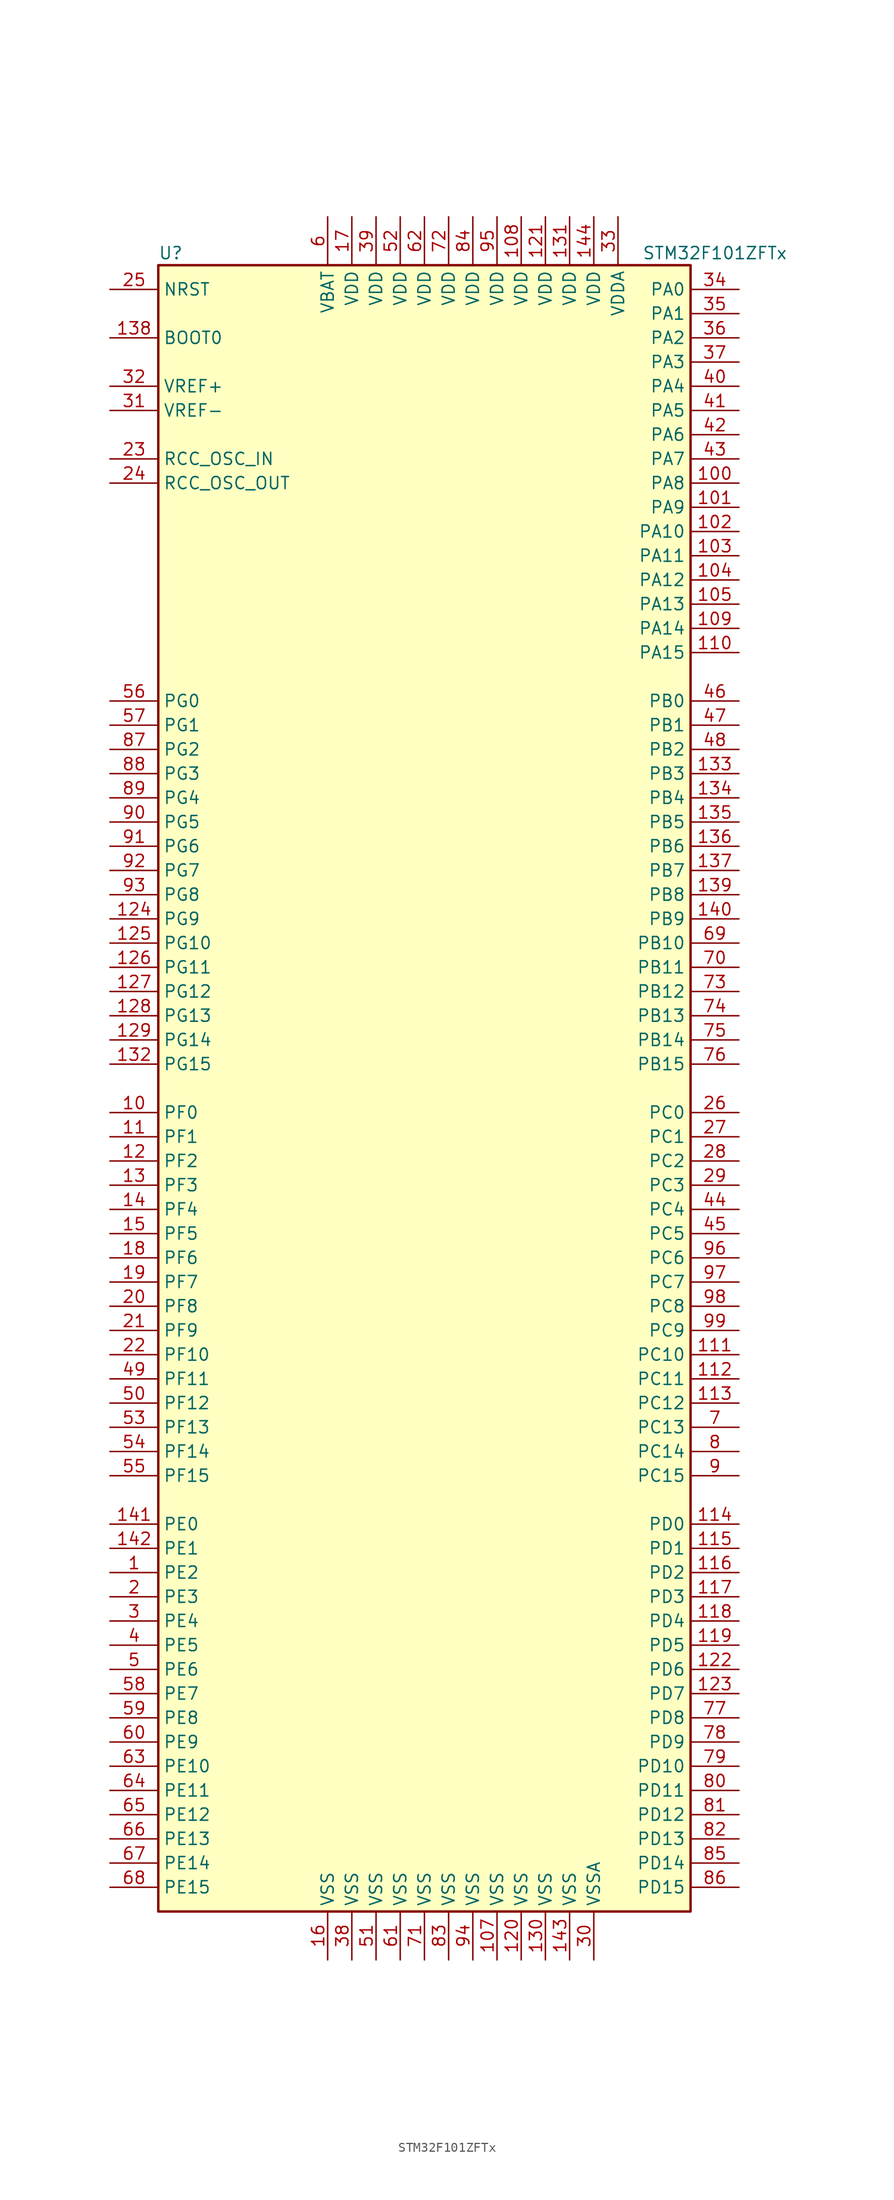
<source format=kicad_sym>
(kicad_symbol_lib
  (version 20211014)
  (generator kicad_symbol_editor)
  (symbol "STM32F101ZFTx"
    (property "Reference" "U"
      (at -27.94 87.63 0)
      (effects (font (size 1.27 1.27)) (justify left)))
    (property "Value" "STM32F101ZFTx"
      (at 22.86 87.63 0)
      (effects (font (size 1.27 1.27)) (justify left)))
    (symbol "STM32F101ZFTx_0_1"
      (rectangle (start -27.94 -86.36) (end 27.94 86.36) (stroke (width 0.254) (type default) (color 0 0 0 0)) (fill (type background))))
    (symbol "STM32F101ZFTx_1_1"
      (pin bidirectional line (at -33.02 -50.8 0) (length 5.08) (name "PE2" (effects (font (size 1.27 1.27)))) (number "1" (effects (font (size 1.27 1.27)))))
      (pin bidirectional line (at -33.02 -2.54 0) (length 5.08) (name "PF0" (effects (font (size 1.27 1.27)))) (number "10" (effects (font (size 1.27 1.27)))))
      (pin bidirectional line (at 33.02 63.5 180) (length 5.08) (name "PA8" (effects (font (size 1.27 1.27)))) (number "100" (effects (font (size 1.27 1.27)))))
      (pin bidirectional line (at 33.02 60.96 180) (length 5.08) (name "PA9" (effects (font (size 1.27 1.27)))) (number "101" (effects (font (size 1.27 1.27)))))
      (pin bidirectional line (at 33.02 58.42 180) (length 5.08) (name "PA10" (effects (font (size 1.27 1.27)))) (number "102" (effects (font (size 1.27 1.27)))))
      (pin bidirectional line (at 33.02 55.88 180) (length 5.08) (name "PA11" (effects (font (size 1.27 1.27)))) (number "103" (effects (font (size 1.27 1.27)))))
      (pin bidirectional line (at 33.02 53.34 180) (length 5.08) (name "PA12" (effects (font (size 1.27 1.27)))) (number "104" (effects (font (size 1.27 1.27)))))
      (pin bidirectional line (at 33.02 50.8 180) (length 5.08) (name "PA13" (effects (font (size 1.27 1.27)))) (number "105" (effects (font (size 1.27 1.27)))))
      (pin no_connect line (at -27.94 -83.82 0) (length 5.08) hide (name "NC" (effects (font (size 1.27 1.27)))) (number "106" (effects (font (size 1.27 1.27)))))
      (pin power_in line (at 7.62 -91.44 90) (length 5.08) (name "VSS" (effects (font (size 1.27 1.27)))) (number "107" (effects (font (size 1.27 1.27)))))
      (pin power_in line (at 10.16 91.44 270) (length 5.08) (name "VDD" (effects (font (size 1.27 1.27)))) (number "108" (effects (font (size 1.27 1.27)))))
      (pin bidirectional line (at 33.02 48.26 180) (length 5.08) (name "PA14" (effects (font (size 1.27 1.27)))) (number "109" (effects (font (size 1.27 1.27)))))
      (pin bidirectional line (at -33.02 -5.08 0) (length 5.08) (name "PF1" (effects (font (size 1.27 1.27)))) (number "11" (effects (font (size 1.27 1.27)))))
      (pin bidirectional line (at 33.02 45.72 180) (length 5.08) (name "PA15" (effects (font (size 1.27 1.27)))) (number "110" (effects (font (size 1.27 1.27)))))
      (pin bidirectional line (at 33.02 -27.94 180) (length 5.08) (name "PC10" (effects (font (size 1.27 1.27)))) (number "111" (effects (font (size 1.27 1.27)))))
      (pin bidirectional line (at 33.02 -30.48 180) (length 5.08) (name "PC11" (effects (font (size 1.27 1.27)))) (number "112" (effects (font (size 1.27 1.27)))))
      (pin bidirectional line (at 33.02 -33.02 180) (length 5.08) (name "PC12" (effects (font (size 1.27 1.27)))) (number "113" (effects (font (size 1.27 1.27)))))
      (pin bidirectional line (at 33.02 -45.72 180) (length 5.08) (name "PD0" (effects (font (size 1.27 1.27)))) (number "114" (effects (font (size 1.27 1.27)))))
      (pin bidirectional line (at 33.02 -48.26 180) (length 5.08) (name "PD1" (effects (font (size 1.27 1.27)))) (number "115" (effects (font (size 1.27 1.27)))))
      (pin bidirectional line (at 33.02 -50.8 180) (length 5.08) (name "PD2" (effects (font (size 1.27 1.27)))) (number "116" (effects (font (size 1.27 1.27)))))
      (pin bidirectional line (at 33.02 -53.34 180) (length 5.08) (name "PD3" (effects (font (size 1.27 1.27)))) (number "117" (effects (font (size 1.27 1.27)))))
      (pin bidirectional line (at 33.02 -55.88 180) (length 5.08) (name "PD4" (effects (font (size 1.27 1.27)))) (number "118" (effects (font (size 1.27 1.27)))))
      (pin bidirectional line (at 33.02 -58.42 180) (length 5.08) (name "PD5" (effects (font (size 1.27 1.27)))) (number "119" (effects (font (size 1.27 1.27)))))
      (pin bidirectional line (at -33.02 -7.62 0) (length 5.08) (name "PF2" (effects (font (size 1.27 1.27)))) (number "12" (effects (font (size 1.27 1.27)))))
      (pin power_in line (at 10.16 -91.44 90) (length 5.08) (name "VSS" (effects (font (size 1.27 1.27)))) (number "120" (effects (font (size 1.27 1.27)))))
      (pin power_in line (at 12.7 91.44 270) (length 5.08) (name "VDD" (effects (font (size 1.27 1.27)))) (number "121" (effects (font (size 1.27 1.27)))))
      (pin bidirectional line (at 33.02 -60.96 180) (length 5.08) (name "PD6" (effects (font (size 1.27 1.27)))) (number "122" (effects (font (size 1.27 1.27)))))
      (pin bidirectional line (at 33.02 -63.5 180) (length 5.08) (name "PD7" (effects (font (size 1.27 1.27)))) (number "123" (effects (font (size 1.27 1.27)))))
      (pin bidirectional line (at -33.02 17.78 0) (length 5.08) (name "PG9" (effects (font (size 1.27 1.27)))) (number "124" (effects (font (size 1.27 1.27)))))
      (pin bidirectional line (at -33.02 15.24 0) (length 5.08) (name "PG10" (effects (font (size 1.27 1.27)))) (number "125" (effects (font (size 1.27 1.27)))))
      (pin bidirectional line (at -33.02 12.7 0) (length 5.08) (name "PG11" (effects (font (size 1.27 1.27)))) (number "126" (effects (font (size 1.27 1.27)))))
      (pin bidirectional line (at -33.02 10.16 0) (length 5.08) (name "PG12" (effects (font (size 1.27 1.27)))) (number "127" (effects (font (size 1.27 1.27)))))
      (pin bidirectional line (at -33.02 7.62 0) (length 5.08) (name "PG13" (effects (font (size 1.27 1.27)))) (number "128" (effects (font (size 1.27 1.27)))))
      (pin bidirectional line (at -33.02 5.08 0) (length 5.08) (name "PG14" (effects (font (size 1.27 1.27)))) (number "129" (effects (font (size 1.27 1.27)))))
      (pin bidirectional line (at -33.02 -10.16 0) (length 5.08) (name "PF3" (effects (font (size 1.27 1.27)))) (number "13" (effects (font (size 1.27 1.27)))))
      (pin power_in line (at 12.7 -91.44 90) (length 5.08) (name "VSS" (effects (font (size 1.27 1.27)))) (number "130" (effects (font (size 1.27 1.27)))))
      (pin power_in line (at 15.24 91.44 270) (length 5.08) (name "VDD" (effects (font (size 1.27 1.27)))) (number "131" (effects (font (size 1.27 1.27)))))
      (pin bidirectional line (at -33.02 2.54 0) (length 5.08) (name "PG15" (effects (font (size 1.27 1.27)))) (number "132" (effects (font (size 1.27 1.27)))))
      (pin bidirectional line (at 33.02 33.02 180) (length 5.08) (name "PB3" (effects (font (size 1.27 1.27)))) (number "133" (effects (font (size 1.27 1.27)))))
      (pin bidirectional line (at 33.02 30.48 180) (length 5.08) (name "PB4" (effects (font (size 1.27 1.27)))) (number "134" (effects (font (size 1.27 1.27)))))
      (pin bidirectional line (at 33.02 27.94 180) (length 5.08) (name "PB5" (effects (font (size 1.27 1.27)))) (number "135" (effects (font (size 1.27 1.27)))))
      (pin bidirectional line (at 33.02 25.4 180) (length 5.08) (name "PB6" (effects (font (size 1.27 1.27)))) (number "136" (effects (font (size 1.27 1.27)))))
      (pin bidirectional line (at 33.02 22.86 180) (length 5.08) (name "PB7" (effects (font (size 1.27 1.27)))) (number "137" (effects (font (size 1.27 1.27)))))
      (pin input line (at -33.02 78.74 0) (length 5.08) (name "BOOT0" (effects (font (size 1.27 1.27)))) (number "138" (effects (font (size 1.27 1.27)))))
      (pin bidirectional line (at 33.02 20.32 180) (length 5.08) (name "PB8" (effects (font (size 1.27 1.27)))) (number "139" (effects (font (size 1.27 1.27)))))
      (pin bidirectional line (at -33.02 -12.7 0) (length 5.08) (name "PF4" (effects (font (size 1.27 1.27)))) (number "14" (effects (font (size 1.27 1.27)))))
      (pin bidirectional line (at 33.02 17.78 180) (length 5.08) (name "PB9" (effects (font (size 1.27 1.27)))) (number "140" (effects (font (size 1.27 1.27)))))
      (pin bidirectional line (at -33.02 -45.72 0) (length 5.08) (name "PE0" (effects (font (size 1.27 1.27)))) (number "141" (effects (font (size 1.27 1.27)))))
      (pin bidirectional line (at -33.02 -48.26 0) (length 5.08) (name "PE1" (effects (font (size 1.27 1.27)))) (number "142" (effects (font (size 1.27 1.27)))))
      (pin power_in line (at 15.24 -91.44 90) (length 5.08) (name "VSS" (effects (font (size 1.27 1.27)))) (number "143" (effects (font (size 1.27 1.27)))))
      (pin power_in line (at 17.78 91.44 270) (length 5.08) (name "VDD" (effects (font (size 1.27 1.27)))) (number "144" (effects (font (size 1.27 1.27)))))
      (pin bidirectional line (at -33.02 -15.24 0) (length 5.08) (name "PF5" (effects (font (size 1.27 1.27)))) (number "15" (effects (font (size 1.27 1.27)))))
      (pin power_in line (at -10.16 -91.44 90) (length 5.08) (name "VSS" (effects (font (size 1.27 1.27)))) (number "16" (effects (font (size 1.27 1.27)))))
      (pin power_in line (at -7.62 91.44 270) (length 5.08) (name "VDD" (effects (font (size 1.27 1.27)))) (number "17" (effects (font (size 1.27 1.27)))))
      (pin bidirectional line (at -33.02 -17.78 0) (length 5.08) (name "PF6" (effects (font (size 1.27 1.27)))) (number "18" (effects (font (size 1.27 1.27)))))
      (pin bidirectional line (at -33.02 -20.32 0) (length 5.08) (name "PF7" (effects (font (size 1.27 1.27)))) (number "19" (effects (font (size 1.27 1.27)))))
      (pin bidirectional line (at -33.02 -53.34 0) (length 5.08) (name "PE3" (effects (font (size 1.27 1.27)))) (number "2" (effects (font (size 1.27 1.27)))))
      (pin bidirectional line (at -33.02 -22.86 0) (length 5.08) (name "PF8" (effects (font (size 1.27 1.27)))) (number "20" (effects (font (size 1.27 1.27)))))
      (pin bidirectional line (at -33.02 -25.4 0) (length 5.08) (name "PF9" (effects (font (size 1.27 1.27)))) (number "21" (effects (font (size 1.27 1.27)))))
      (pin bidirectional line (at -33.02 -27.94 0) (length 5.08) (name "PF10" (effects (font (size 1.27 1.27)))) (number "22" (effects (font (size 1.27 1.27)))))
      (pin input line (at -33.02 66.04 0) (length 5.08) (name "RCC_OSC_IN" (effects (font (size 1.27 1.27)))) (number "23" (effects (font (size 1.27 1.27)))))
      (pin input line (at -33.02 63.5 0) (length 5.08) (name "RCC_OSC_OUT" (effects (font (size 1.27 1.27)))) (number "24" (effects (font (size 1.27 1.27)))))
      (pin input line (at -33.02 83.82 0) (length 5.08) (name "NRST" (effects (font (size 1.27 1.27)))) (number "25" (effects (font (size 1.27 1.27)))))
      (pin bidirectional line (at 33.02 -2.54 180) (length 5.08) (name "PC0" (effects (font (size 1.27 1.27)))) (number "26" (effects (font (size 1.27 1.27)))))
      (pin bidirectional line (at 33.02 -5.08 180) (length 5.08) (name "PC1" (effects (font (size 1.27 1.27)))) (number "27" (effects (font (size 1.27 1.27)))))
      (pin bidirectional line (at 33.02 -7.62 180) (length 5.08) (name "PC2" (effects (font (size 1.27 1.27)))) (number "28" (effects (font (size 1.27 1.27)))))
      (pin bidirectional line (at 33.02 -10.16 180) (length 5.08) (name "PC3" (effects (font (size 1.27 1.27)))) (number "29" (effects (font (size 1.27 1.27)))))
      (pin bidirectional line (at -33.02 -55.88 0) (length 5.08) (name "PE4" (effects (font (size 1.27 1.27)))) (number "3" (effects (font (size 1.27 1.27)))))
      (pin power_in line (at 17.78 -91.44 90) (length 5.08) (name "VSSA" (effects (font (size 1.27 1.27)))) (number "30" (effects (font (size 1.27 1.27)))))
      (pin power_in line (at -33.02 71.12 0) (length 5.08) (name "VREF-" (effects (font (size 1.27 1.27)))) (number "31" (effects (font (size 1.27 1.27)))))
      (pin power_in line (at -33.02 73.66 0) (length 5.08) (name "VREF+" (effects (font (size 1.27 1.27)))) (number "32" (effects (font (size 1.27 1.27)))))
      (pin power_in line (at 20.32 91.44 270) (length 5.08) (name "VDDA" (effects (font (size 1.27 1.27)))) (number "33" (effects (font (size 1.27 1.27)))))
      (pin bidirectional line (at 33.02 83.82 180) (length 5.08) (name "PA0" (effects (font (size 1.27 1.27)))) (number "34" (effects (font (size 1.27 1.27)))))
      (pin bidirectional line (at 33.02 81.28 180) (length 5.08) (name "PA1" (effects (font (size 1.27 1.27)))) (number "35" (effects (font (size 1.27 1.27)))))
      (pin bidirectional line (at 33.02 78.74 180) (length 5.08) (name "PA2" (effects (font (size 1.27 1.27)))) (number "36" (effects (font (size 1.27 1.27)))))
      (pin bidirectional line (at 33.02 76.2 180) (length 5.08) (name "PA3" (effects (font (size 1.27 1.27)))) (number "37" (effects (font (size 1.27 1.27)))))
      (pin power_in line (at -7.62 -91.44 90) (length 5.08) (name "VSS" (effects (font (size 1.27 1.27)))) (number "38" (effects (font (size 1.27 1.27)))))
      (pin power_in line (at -5.08 91.44 270) (length 5.08) (name "VDD" (effects (font (size 1.27 1.27)))) (number "39" (effects (font (size 1.27 1.27)))))
      (pin bidirectional line (at -33.02 -58.42 0) (length 5.08) (name "PE5" (effects (font (size 1.27 1.27)))) (number "4" (effects (font (size 1.27 1.27)))))
      (pin bidirectional line (at 33.02 73.66 180) (length 5.08) (name "PA4" (effects (font (size 1.27 1.27)))) (number "40" (effects (font (size 1.27 1.27)))))
      (pin bidirectional line (at 33.02 71.12 180) (length 5.08) (name "PA5" (effects (font (size 1.27 1.27)))) (number "41" (effects (font (size 1.27 1.27)))))
      (pin bidirectional line (at 33.02 68.58 180) (length 5.08) (name "PA6" (effects (font (size 1.27 1.27)))) (number "42" (effects (font (size 1.27 1.27)))))
      (pin bidirectional line (at 33.02 66.04 180) (length 5.08) (name "PA7" (effects (font (size 1.27 1.27)))) (number "43" (effects (font (size 1.27 1.27)))))
      (pin bidirectional line (at 33.02 -12.7 180) (length 5.08) (name "PC4" (effects (font (size 1.27 1.27)))) (number "44" (effects (font (size 1.27 1.27)))))
      (pin bidirectional line (at 33.02 -15.24 180) (length 5.08) (name "PC5" (effects (font (size 1.27 1.27)))) (number "45" (effects (font (size 1.27 1.27)))))
      (pin bidirectional line (at 33.02 40.64 180) (length 5.08) (name "PB0" (effects (font (size 1.27 1.27)))) (number "46" (effects (font (size 1.27 1.27)))))
      (pin bidirectional line (at 33.02 38.1 180) (length 5.08) (name "PB1" (effects (font (size 1.27 1.27)))) (number "47" (effects (font (size 1.27 1.27)))))
      (pin bidirectional line (at 33.02 35.56 180) (length 5.08) (name "PB2" (effects (font (size 1.27 1.27)))) (number "48" (effects (font (size 1.27 1.27)))))
      (pin bidirectional line (at -33.02 -30.48 0) (length 5.08) (name "PF11" (effects (font (size 1.27 1.27)))) (number "49" (effects (font (size 1.27 1.27)))))
      (pin bidirectional line (at -33.02 -60.96 0) (length 5.08) (name "PE6" (effects (font (size 1.27 1.27)))) (number "5" (effects (font (size 1.27 1.27)))))
      (pin bidirectional line (at -33.02 -33.02 0) (length 5.08) (name "PF12" (effects (font (size 1.27 1.27)))) (number "50" (effects (font (size 1.27 1.27)))))
      (pin power_in line (at -5.08 -91.44 90) (length 5.08) (name "VSS" (effects (font (size 1.27 1.27)))) (number "51" (effects (font (size 1.27 1.27)))))
      (pin power_in line (at -2.54 91.44 270) (length 5.08) (name "VDD" (effects (font (size 1.27 1.27)))) (number "52" (effects (font (size 1.27 1.27)))))
      (pin bidirectional line (at -33.02 -35.56 0) (length 5.08) (name "PF13" (effects (font (size 1.27 1.27)))) (number "53" (effects (font (size 1.27 1.27)))))
      (pin bidirectional line (at -33.02 -38.1 0) (length 5.08) (name "PF14" (effects (font (size 1.27 1.27)))) (number "54" (effects (font (size 1.27 1.27)))))
      (pin bidirectional line (at -33.02 -40.64 0) (length 5.08) (name "PF15" (effects (font (size 1.27 1.27)))) (number "55" (effects (font (size 1.27 1.27)))))
      (pin bidirectional line (at -33.02 40.64 0) (length 5.08) (name "PG0" (effects (font (size 1.27 1.27)))) (number "56" (effects (font (size 1.27 1.27)))))
      (pin bidirectional line (at -33.02 38.1 0) (length 5.08) (name "PG1" (effects (font (size 1.27 1.27)))) (number "57" (effects (font (size 1.27 1.27)))))
      (pin bidirectional line (at -33.02 -63.5 0) (length 5.08) (name "PE7" (effects (font (size 1.27 1.27)))) (number "58" (effects (font (size 1.27 1.27)))))
      (pin bidirectional line (at -33.02 -66.04 0) (length 5.08) (name "PE8" (effects (font (size 1.27 1.27)))) (number "59" (effects (font (size 1.27 1.27)))))
      (pin power_in line (at -10.16 91.44 270) (length 5.08) (name "VBAT" (effects (font (size 1.27 1.27)))) (number "6" (effects (font (size 1.27 1.27)))))
      (pin bidirectional line (at -33.02 -68.58 0) (length 5.08) (name "PE9" (effects (font (size 1.27 1.27)))) (number "60" (effects (font (size 1.27 1.27)))))
      (pin power_in line (at -2.54 -91.44 90) (length 5.08) (name "VSS" (effects (font (size 1.27 1.27)))) (number "61" (effects (font (size 1.27 1.27)))))
      (pin power_in line (at 0 91.44 270) (length 5.08) (name "VDD" (effects (font (size 1.27 1.27)))) (number "62" (effects (font (size 1.27 1.27)))))
      (pin bidirectional line (at -33.02 -71.12 0) (length 5.08) (name "PE10" (effects (font (size 1.27 1.27)))) (number "63" (effects (font (size 1.27 1.27)))))
      (pin bidirectional line (at -33.02 -73.66 0) (length 5.08) (name "PE11" (effects (font (size 1.27 1.27)))) (number "64" (effects (font (size 1.27 1.27)))))
      (pin bidirectional line (at -33.02 -76.2 0) (length 5.08) (name "PE12" (effects (font (size 1.27 1.27)))) (number "65" (effects (font (size 1.27 1.27)))))
      (pin bidirectional line (at -33.02 -78.74 0) (length 5.08) (name "PE13" (effects (font (size 1.27 1.27)))) (number "66" (effects (font (size 1.27 1.27)))))
      (pin bidirectional line (at -33.02 -81.28 0) (length 5.08) (name "PE14" (effects (font (size 1.27 1.27)))) (number "67" (effects (font (size 1.27 1.27)))))
      (pin bidirectional line (at -33.02 -83.82 0) (length 5.08) (name "PE15" (effects (font (size 1.27 1.27)))) (number "68" (effects (font (size 1.27 1.27)))))
      (pin bidirectional line (at 33.02 15.24 180) (length 5.08) (name "PB10" (effects (font (size 1.27 1.27)))) (number "69" (effects (font (size 1.27 1.27)))))
      (pin bidirectional line (at 33.02 -35.56 180) (length 5.08) (name "PC13" (effects (font (size 1.27 1.27)))) (number "7" (effects (font (size 1.27 1.27)))))
      (pin bidirectional line (at 33.02 12.7 180) (length 5.08) (name "PB11" (effects (font (size 1.27 1.27)))) (number "70" (effects (font (size 1.27 1.27)))))
      (pin power_in line (at 0 -91.44 90) (length 5.08) (name "VSS" (effects (font (size 1.27 1.27)))) (number "71" (effects (font (size 1.27 1.27)))))
      (pin power_in line (at 2.54 91.44 270) (length 5.08) (name "VDD" (effects (font (size 1.27 1.27)))) (number "72" (effects (font (size 1.27 1.27)))))
      (pin bidirectional line (at 33.02 10.16 180) (length 5.08) (name "PB12" (effects (font (size 1.27 1.27)))) (number "73" (effects (font (size 1.27 1.27)))))
      (pin bidirectional line (at 33.02 7.62 180) (length 5.08) (name "PB13" (effects (font (size 1.27 1.27)))) (number "74" (effects (font (size 1.27 1.27)))))
      (pin bidirectional line (at 33.02 5.08 180) (length 5.08) (name "PB14" (effects (font (size 1.27 1.27)))) (number "75" (effects (font (size 1.27 1.27)))))
      (pin bidirectional line (at 33.02 2.54 180) (length 5.08) (name "PB15" (effects (font (size 1.27 1.27)))) (number "76" (effects (font (size 1.27 1.27)))))
      (pin bidirectional line (at 33.02 -66.04 180) (length 5.08) (name "PD8" (effects (font (size 1.27 1.27)))) (number "77" (effects (font (size 1.27 1.27)))))
      (pin bidirectional line (at 33.02 -68.58 180) (length 5.08) (name "PD9" (effects (font (size 1.27 1.27)))) (number "78" (effects (font (size 1.27 1.27)))))
      (pin bidirectional line (at 33.02 -71.12 180) (length 5.08) (name "PD10" (effects (font (size 1.27 1.27)))) (number "79" (effects (font (size 1.27 1.27)))))
      (pin bidirectional line (at 33.02 -38.1 180) (length 5.08) (name "PC14" (effects (font (size 1.27 1.27)))) (number "8" (effects (font (size 1.27 1.27)))))
      (pin bidirectional line (at 33.02 -73.66 180) (length 5.08) (name "PD11" (effects (font (size 1.27 1.27)))) (number "80" (effects (font (size 1.27 1.27)))))
      (pin bidirectional line (at 33.02 -76.2 180) (length 5.08) (name "PD12" (effects (font (size 1.27 1.27)))) (number "81" (effects (font (size 1.27 1.27)))))
      (pin bidirectional line (at 33.02 -78.74 180) (length 5.08) (name "PD13" (effects (font (size 1.27 1.27)))) (number "82" (effects (font (size 1.27 1.27)))))
      (pin power_in line (at 2.54 -91.44 90) (length 5.08) (name "VSS" (effects (font (size 1.27 1.27)))) (number "83" (effects (font (size 1.27 1.27)))))
      (pin power_in line (at 5.08 91.44 270) (length 5.08) (name "VDD" (effects (font (size 1.27 1.27)))) (number "84" (effects (font (size 1.27 1.27)))))
      (pin bidirectional line (at 33.02 -81.28 180) (length 5.08) (name "PD14" (effects (font (size 1.27 1.27)))) (number "85" (effects (font (size 1.27 1.27)))))
      (pin bidirectional line (at 33.02 -83.82 180) (length 5.08) (name "PD15" (effects (font (size 1.27 1.27)))) (number "86" (effects (font (size 1.27 1.27)))))
      (pin bidirectional line (at -33.02 35.56 0) (length 5.08) (name "PG2" (effects (font (size 1.27 1.27)))) (number "87" (effects (font (size 1.27 1.27)))))
      (pin bidirectional line (at -33.02 33.02 0) (length 5.08) (name "PG3" (effects (font (size 1.27 1.27)))) (number "88" (effects (font (size 1.27 1.27)))))
      (pin bidirectional line (at -33.02 30.48 0) (length 5.08) (name "PG4" (effects (font (size 1.27 1.27)))) (number "89" (effects (font (size 1.27 1.27)))))
      (pin bidirectional line (at 33.02 -40.64 180) (length 5.08) (name "PC15" (effects (font (size 1.27 1.27)))) (number "9" (effects (font (size 1.27 1.27)))))
      (pin bidirectional line (at -33.02 27.94 0) (length 5.08) (name "PG5" (effects (font (size 1.27 1.27)))) (number "90" (effects (font (size 1.27 1.27)))))
      (pin bidirectional line (at -33.02 25.4 0) (length 5.08) (name "PG6" (effects (font (size 1.27 1.27)))) (number "91" (effects (font (size 1.27 1.27)))))
      (pin bidirectional line (at -33.02 22.86 0) (length 5.08) (name "PG7" (effects (font (size 1.27 1.27)))) (number "92" (effects (font (size 1.27 1.27)))))
      (pin bidirectional line (at -33.02 20.32 0) (length 5.08) (name "PG8" (effects (font (size 1.27 1.27)))) (number "93" (effects (font (size 1.27 1.27)))))
      (pin power_in line (at 5.08 -91.44 90) (length 5.08) (name "VSS" (effects (font (size 1.27 1.27)))) (number "94" (effects (font (size 1.27 1.27)))))
      (pin power_in line (at 7.62 91.44 270) (length 5.08) (name "VDD" (effects (font (size 1.27 1.27)))) (number "95" (effects (font (size 1.27 1.27)))))
      (pin bidirectional line (at 33.02 -17.78 180) (length 5.08) (name "PC6" (effects (font (size 1.27 1.27)))) (number "96" (effects (font (size 1.27 1.27)))))
      (pin bidirectional line (at 33.02 -20.32 180) (length 5.08) (name "PC7" (effects (font (size 1.27 1.27)))) (number "97" (effects (font (size 1.27 1.27)))))
      (pin bidirectional line (at 33.02 -22.86 180) (length 5.08) (name "PC8" (effects (font (size 1.27 1.27)))) (number "98" (effects (font (size 1.27 1.27)))))
      (pin bidirectional line (at 33.02 -25.4 180) (length 5.08) (name "PC9" (effects (font (size 1.27 1.27)))) (number "99" (effects (font (size 1.27 1.27))))))))
</source>
